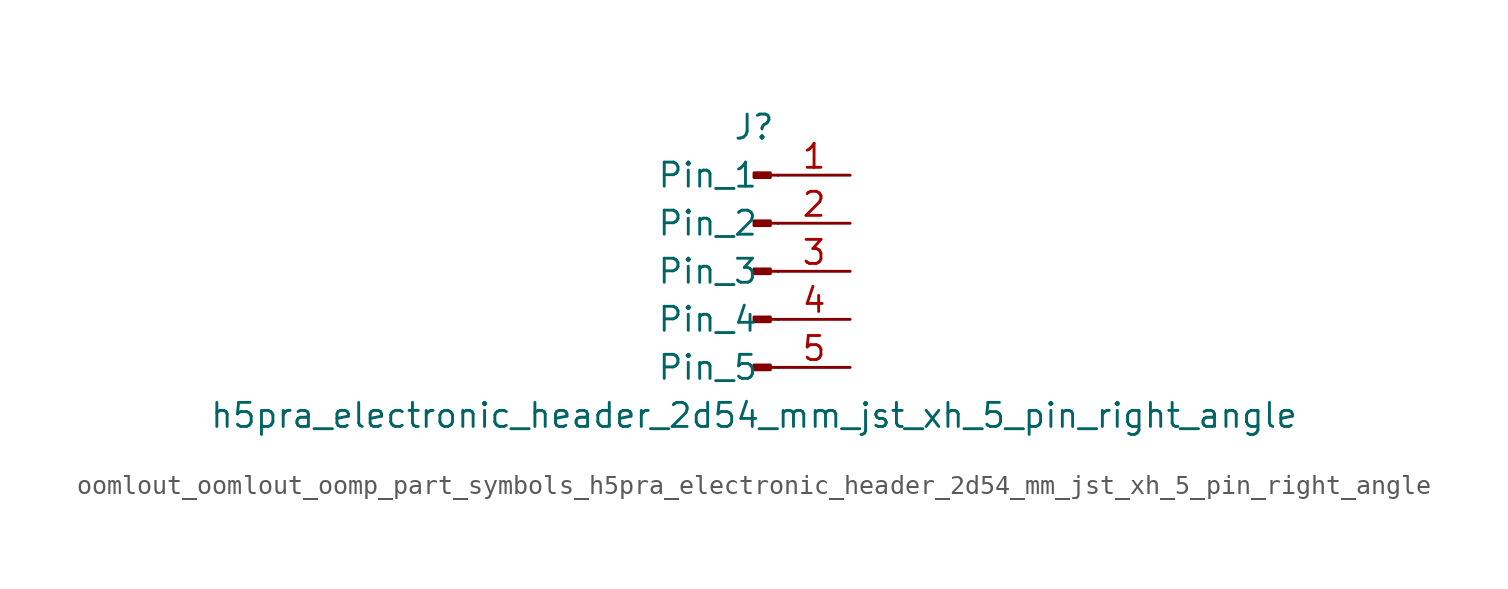
<source format=kicad_sym>
(kicad_symbol_lib
  (version 20220914)
  (generator kicad_symbol_editor)
  (symbol "oomlout_oomlout_oomp_part_symbols_h5pra_electronic_header_2d54_mm_jst_xh_5_pin_right_angle"
    (pin_names
      (offset 1.016))
    (property "Reference" "J"
      (at 0 7.62 0)
      (effects (font (size 1.27 1.27))))
    (property "Value" "h5pra_electronic_header_2d54_mm_jst_xh_5_pin_right_angle"
      (at 0 -7.62 0)
      (effects (font (size 1.27 1.27))))
    (property "ki_locked" ""
      (at 0 0 0)
      (effects (font (size 1.27 1.27))))
    (symbol "oomlout_oomlout_oomp_part_symbols_h5pra_electronic_header_2d54_mm_jst_xh_5_pin_right_angle_1_1"
      (polyline (pts (xy 1.27 -5.08) (xy 0.864 -5.08)) (stroke (width 0.152) (type default)) (fill (type none)))
      (polyline (pts (xy 1.27 -2.54) (xy 0.864 -2.54)) (stroke (width 0.152) (type default)) (fill (type none)))
      (polyline (pts (xy 1.27 0) (xy 0.864 0)) (stroke (width 0.152) (type default)) (fill (type none)))
      (polyline (pts (xy 1.27 2.54) (xy 0.864 2.54)) (stroke (width 0.152) (type default)) (fill (type none)))
      (polyline (pts (xy 1.27 5.08) (xy 0.864 5.08)) (stroke (width 0.152) (type default)) (fill (type none)))
      (rectangle (start 0.864 -4.953) (end 0 -5.207) (stroke (width 0.152) (type default)) (fill (type outline)))
      (rectangle (start 0.864 -2.413) (end 0 -2.667) (stroke (width 0.152) (type default)) (fill (type outline)))
      (rectangle (start 0.864 0.127) (end 0 -0.127) (stroke (width 0.152) (type default)) (fill (type outline)))
      (rectangle (start 0.864 2.667) (end 0 2.413) (stroke (width 0.152) (type default)) (fill (type outline)))
      (rectangle (start 0.864 5.207) (end 0 4.953) (stroke (width 0.152) (type default)) (fill (type outline)))
      (pin passive line (at 5.08 5.08 180) (length 3.81) (name "Pin_1" (effects (font (size 1.27 1.27)))) (number "1" (effects (font (size 1.27 1.27)))))
      (pin passive line (at 5.08 2.54 180) (length 3.81) (name "Pin_2" (effects (font (size 1.27 1.27)))) (number "2" (effects (font (size 1.27 1.27)))))
      (pin passive line (at 5.08 0 180) (length 3.81) (name "Pin_3" (effects (font (size 1.27 1.27)))) (number "3" (effects (font (size 1.27 1.27)))))
      (pin passive line (at 5.08 -2.54 180) (length 3.81) (name "Pin_4" (effects (font (size 1.27 1.27)))) (number "4" (effects (font (size 1.27 1.27)))))
      (pin passive line (at 5.08 -5.08 180) (length 3.81) (name "Pin_5" (effects (font (size 1.27 1.27)))) (number "5" (effects (font (size 1.27 1.27))))))))
</source>
